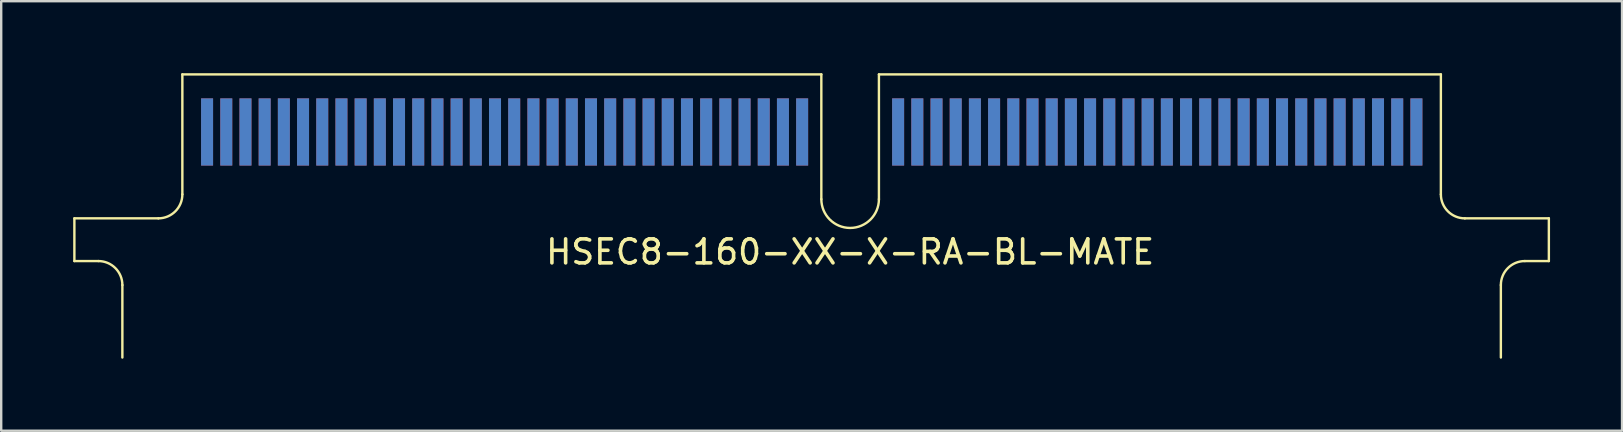
<source format=kicad_pcb>
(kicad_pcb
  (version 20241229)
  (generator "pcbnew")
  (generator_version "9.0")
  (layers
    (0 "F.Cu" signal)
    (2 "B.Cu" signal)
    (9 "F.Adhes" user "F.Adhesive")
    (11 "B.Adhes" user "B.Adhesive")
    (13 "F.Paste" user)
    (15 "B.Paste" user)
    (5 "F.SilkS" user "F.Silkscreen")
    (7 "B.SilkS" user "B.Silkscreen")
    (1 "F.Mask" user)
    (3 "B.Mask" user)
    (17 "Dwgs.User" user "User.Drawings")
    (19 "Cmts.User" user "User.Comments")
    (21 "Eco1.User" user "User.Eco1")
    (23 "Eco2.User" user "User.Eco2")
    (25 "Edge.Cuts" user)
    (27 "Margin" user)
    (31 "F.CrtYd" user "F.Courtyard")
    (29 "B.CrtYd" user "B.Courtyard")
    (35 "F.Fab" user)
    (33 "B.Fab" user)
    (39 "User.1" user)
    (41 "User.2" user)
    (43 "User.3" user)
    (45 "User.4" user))
  (footprint "HSEC8-160-XX-X-RA-BL-MATE"
    (layer "F.Cu")
    (at 32.38 3.85)
    (property "Reference" "HSEC8-160-XX-X-RA-BL-MATE" (at 0 3.6 0) (layer "F.SilkS") (effects (font (size 1 1) (thickness 0.15))))
    (attr through_hole)
    (fp_line (start -32.33 2.2) (end -32.33 3.98) (stroke (width 0.1) (type solid)) (layer "F.SilkS"))
    (fp_line (start -31.33 3.98) (end -32.33 3.98) (stroke (width 0.1) (type solid)) (layer "F.SilkS"))
    (fp_line (start -30.33 4.98) (end -30.33 8) (stroke (width 0.1) (type solid)) (layer "F.SilkS"))
    (fp_line (start -28.83 2.2) (end -32.33 2.2) (stroke (width 0.1) (type solid)) (layer "F.SilkS"))
    (fp_line (start -27.83 -3.8) (end -27.83 1.2) (stroke (width 0.1) (type solid)) (layer "F.SilkS"))
    (fp_line (start -1.2 -3.8) (end -27.83 -3.8) (stroke (width 0.1) (type solid)) (layer "F.SilkS"))
    (fp_line (start -1.2 1.4) (end -1.2 -3.8) (stroke (width 0.1) (type solid)) (layer "F.SilkS"))
    (fp_line (start 1.2 -3.8) (end 24.62 -3.8) (stroke (width 0.1) (type solid)) (layer "F.SilkS"))
    (fp_line (start 1.2 1.4) (end 1.2 -3.8) (stroke (width 0.1) (type solid)) (layer "F.SilkS"))
    (fp_line (start 24.62 -3.8) (end 24.62 1.2) (stroke (width 0.1) (type solid)) (layer "F.SilkS"))
    (fp_line (start 25.62 2.2) (end 29.12 2.2) (stroke (width 0.1) (type solid)) (layer "F.SilkS"))
    (fp_line (start 27.12 4.98) (end 27.12 8) (stroke (width 0.1) (type solid)) (layer "F.SilkS"))
    (fp_line (start 28.12 3.98) (end 29.12 3.98) (stroke (width 0.1) (type solid)) (layer "F.SilkS"))
    (fp_line (start 29.12 2.2) (end 29.12 3.98) (stroke (width 0.1) (type solid)) (layer "F.SilkS"))
    (fp_arc (start -31.33 3.98) (mid -30.622893 4.272893) (end -30.33 4.98) (stroke (width 0.1) (type solid)) (layer "F.SilkS"))
    (fp_arc (start -27.83 1.2) (mid -28.122893 1.907107) (end -28.83 2.2) (stroke (width 0.1) (type solid)) (layer "F.SilkS"))
    (fp_arc (start 1.2 1.4) (mid 0 2.6) (end -1.2 1.4) (stroke (width 0.1) (type solid)) (layer "F.SilkS"))
    (fp_arc (start 25.62 2.2) (mid 24.912893 1.907107) (end 24.62 1.2) (stroke (width 0.1) (type solid)) (layer "F.SilkS"))
    (fp_arc (start 27.12 4.98) (mid 27.412893 4.272893) (end 28.12 3.98) (stroke (width 0.1) (type solid)) (layer "F.SilkS"))
    (pad "1" smd rect (at -26.8 -1.4) (size 0.5 2.8) (layers "B.Cu" "B.Mask" "B.Paste"))
    (pad "2" smd rect (at -26.8 -1.4) (size 0.5 2.8) (layers "F.Cu" "F.Mask" "F.Paste"))
    (pad "3" smd rect (at -26 -1.4) (size 0.5 2.8) (layers "B.Cu" "B.Mask" "B.Paste"))
    (pad "4" smd rect (at -26 -1.4) (size 0.5 2.8) (layers "F.Cu" "F.Mask" "F.Paste"))
    (pad "5" smd rect (at -25.2 -1.4) (size 0.5 2.8) (layers "B.Cu" "B.Mask" "B.Paste"))
    (pad "6" smd rect (at -25.2 -1.4) (size 0.5 2.8) (layers "F.Cu" "F.Mask" "F.Paste"))
    (pad "7" smd rect (at -24.4 -1.4) (size 0.5 2.8) (layers "B.Cu" "B.Mask" "B.Paste"))
    (pad "8" smd rect (at -24.4 -1.4) (size 0.5 2.8) (layers "F.Cu" "F.Mask" "F.Paste"))
    (pad "9" smd rect (at -23.6 -1.4) (size 0.5 2.8) (layers "B.Cu" "B.Mask" "B.Paste"))
    (pad "10" smd rect (at -23.6 -1.4) (size 0.5 2.8) (layers "F.Cu" "F.Mask" "F.Paste"))
    (pad "11" smd rect (at -22.8 -1.4) (size 0.5 2.8) (layers "B.Cu" "B.Mask" "B.Paste"))
    (pad "12" smd rect (at -22.8 -1.4) (size 0.5 2.8) (layers "F.Cu" "F.Mask" "F.Paste"))
    (pad "13" smd rect (at -22 -1.4) (size 0.5 2.8) (layers "B.Cu" "B.Mask" "B.Paste"))
    (pad "14" smd rect (at -22 -1.4) (size 0.5 2.8) (layers "F.Cu" "F.Mask" "F.Paste"))
    (pad "15" smd rect (at -21.2 -1.4) (size 0.5 2.8) (layers "B.Cu" "B.Mask" "B.Paste"))
    (pad "16" smd rect (at -21.2 -1.4) (size 0.5 2.8) (layers "F.Cu" "F.Mask" "F.Paste"))
    (pad "17" smd rect (at -20.4 -1.4) (size 0.5 2.8) (layers "B.Cu" "B.Mask" "B.Paste"))
    (pad "18" smd rect (at -20.4 -1.4) (size 0.5 2.8) (layers "F.Cu" "F.Mask" "F.Paste"))
    (pad "19" smd rect (at -19.6 -1.4) (size 0.5 2.8) (layers "B.Cu" "B.Mask" "B.Paste"))
    (pad "20" smd rect (at -19.6 -1.4) (size 0.5 2.8) (layers "F.Cu" "F.Mask" "F.Paste"))
    (pad "21" smd rect (at -18.8 -1.4) (size 0.5 2.8) (layers "B.Cu" "B.Mask" "B.Paste"))
    (pad "22" smd rect (at -18.8 -1.4) (size 0.5 2.8) (layers "F.Cu" "F.Mask" "F.Paste"))
    (pad "23" smd rect (at -18 -1.4) (size 0.5 2.8) (layers "B.Cu" "B.Mask" "B.Paste"))
    (pad "24" smd rect (at -18 -1.4) (size 0.5 2.8) (layers "F.Cu" "F.Mask" "F.Paste"))
    (pad "25" smd rect (at -17.2 -1.4) (size 0.5 2.8) (layers "B.Cu" "B.Mask" "B.Paste"))
    (pad "26" smd rect (at -17.2 -1.4) (size 0.5 2.8) (layers "F.Cu" "F.Mask" "F.Paste"))
    (pad "27" smd rect (at -16.4 -1.4) (size 0.5 2.8) (layers "B.Cu" "B.Mask" "B.Paste"))
    (pad "28" smd rect (at -16.4 -1.4) (size 0.5 2.8) (layers "F.Cu" "F.Mask" "F.Paste"))
    (pad "29" smd rect (at -15.6 -1.4) (size 0.5 2.8) (layers "B.Cu" "B.Mask" "B.Paste"))
    (pad "30" smd rect (at -15.6 -1.4) (size 0.5 2.8) (layers "F.Cu" "F.Mask" "F.Paste"))
    (pad "31" smd rect (at -14.8 -1.4) (size 0.5 2.8) (layers "B.Cu" "B.Mask" "B.Paste"))
    (pad "32" smd rect (at -14.8 -1.4) (size 0.5 2.8) (layers "F.Cu" "F.Mask" "F.Paste"))
    (pad "33" smd rect (at -14 -1.4) (size 0.5 2.8) (layers "B.Cu" "B.Mask" "B.Paste"))
    (pad "34" smd rect (at -14 -1.4) (size 0.5 2.8) (layers "F.Cu" "F.Mask" "F.Paste"))
    (pad "35" smd rect (at -13.2 -1.4) (size 0.5 2.8) (layers "B.Cu" "B.Mask" "B.Paste"))
    (pad "36" smd rect (at -13.2 -1.4) (size 0.5 2.8) (layers "F.Cu" "F.Mask" "F.Paste"))
    (pad "37" smd rect (at -12.4 -1.4) (size 0.5 2.8) (layers "B.Cu" "B.Mask" "B.Paste"))
    (pad "38" smd rect (at -12.4 -1.4) (size 0.5 2.8) (layers "F.Cu" "F.Mask" "F.Paste"))
    (pad "39" smd rect (at -11.6 -1.4) (size 0.5 2.8) (layers "B.Cu" "B.Mask" "B.Paste"))
    (pad "40" smd rect (at -11.6 -1.4) (size 0.5 2.8) (layers "F.Cu" "F.Mask" "F.Paste"))
    (pad "41" smd rect (at -10.8 -1.4) (size 0.5 2.8) (layers "B.Cu" "B.Mask" "B.Paste"))
    (pad "42" smd rect (at -10.8 -1.4) (size 0.5 2.8) (layers "F.Cu" "F.Mask" "F.Paste"))
    (pad "43" smd rect (at -10 -1.4) (size 0.5 2.8) (layers "B.Cu" "B.Mask" "B.Paste"))
    (pad "44" smd rect (at -10 -1.4) (size 0.5 2.8) (layers "F.Cu" "F.Mask" "F.Paste"))
    (pad "45" smd rect (at -9.2 -1.4) (size 0.5 2.8) (layers "B.Cu" "B.Mask" "B.Paste"))
    (pad "46" smd rect (at -9.2 -1.4) (size 0.5 2.8) (layers "F.Cu" "F.Mask" "F.Paste"))
    (pad "47" smd rect (at -8.4 -1.4) (size 0.5 2.8) (layers "B.Cu" "B.Mask" "B.Paste"))
    (pad "48" smd rect (at -8.4 -1.4) (size 0.5 2.8) (layers "F.Cu" "F.Mask" "F.Paste"))
    (pad "49" smd rect (at -7.6 -1.4) (size 0.5 2.8) (layers "B.Cu" "B.Mask" "B.Paste"))
    (pad "50" smd rect (at -7.6 -1.4) (size 0.5 2.8) (layers "F.Cu" "F.Mask" "F.Paste"))
    (pad "51" smd rect (at -6.8 -1.4) (size 0.5 2.8) (layers "B.Cu" "B.Mask" "B.Paste"))
    (pad "52" smd rect (at -6.8 -1.4) (size 0.5 2.8) (layers "F.Cu" "F.Mask" "F.Paste"))
    (pad "53" smd rect (at -6 -1.4) (size 0.5 2.8) (layers "B.Cu" "B.Mask" "B.Paste"))
    (pad "54" smd rect (at -6 -1.4) (size 0.5 2.8) (layers "F.Cu" "F.Mask" "F.Paste"))
    (pad "55" smd rect (at -5.2 -1.4) (size 0.5 2.8) (layers "B.Cu" "B.Mask" "B.Paste"))
    (pad "56" smd rect (at -5.2 -1.4) (size 0.5 2.8) (layers "F.Cu" "F.Mask" "F.Paste"))
    (pad "57" smd rect (at -4.4 -1.4) (size 0.5 2.8) (layers "B.Cu" "B.Mask" "B.Paste"))
    (pad "58" smd rect (at -4.4 -1.4) (size 0.5 2.8) (layers "F.Cu" "F.Mask" "F.Paste"))
    (pad "59" smd rect (at -3.6 -1.4) (size 0.5 2.8) (layers "B.Cu" "B.Mask" "B.Paste"))
    (pad "60" smd rect (at -3.6 -1.4) (size 0.5 2.8) (layers "F.Cu" "F.Mask" "F.Paste"))
    (pad "61" smd rect (at -2.8 -1.4) (size 0.5 2.8) (layers "B.Cu" "B.Mask" "B.Paste"))
    (pad "62" smd rect (at -2.8 -1.4) (size 0.5 2.8) (layers "F.Cu" "F.Mask" "F.Paste"))
    (pad "63" smd rect (at -2 -1.4) (size 0.5 2.8) (layers "B.Cu" "B.Mask" "B.Paste"))
    (pad "64" smd rect (at -2 -1.4) (size 0.5 2.8) (layers "F.Cu" "F.Mask" "F.Paste"))
    (pad "65" smd rect (at 2 -1.4) (size 0.5 2.8) (layers "B.Cu" "B.Mask" "B.Paste"))
    (pad "66" smd rect (at 2 -1.4) (size 0.5 2.8) (layers "F.Cu" "F.Mask" "F.Paste"))
    (pad "67" smd rect (at 2.8 -1.4) (size 0.5 2.8) (layers "B.Cu" "B.Mask" "B.Paste"))
    (pad "68" smd rect (at 2.8 -1.4) (size 0.5 2.8) (layers "F.Cu" "F.Mask" "F.Paste"))
    (pad "69" smd rect (at 3.6 -1.4) (size 0.5 2.8) (layers "B.Cu" "B.Mask" "B.Paste"))
    (pad "70" smd rect (at 3.6 -1.4) (size 0.5 2.8) (layers "F.Cu" "F.Mask" "F.Paste"))
    (pad "71" smd rect (at 4.4 -1.4) (size 0.5 2.8) (layers "B.Cu" "B.Mask" "B.Paste"))
    (pad "72" smd rect (at 4.4 -1.4) (size 0.5 2.8) (layers "F.Cu" "F.Mask" "F.Paste"))
    (pad "73" smd rect (at 5.2 -1.4) (size 0.5 2.8) (layers "B.Cu" "B.Mask" "B.Paste"))
    (pad "74" smd rect (at 5.2 -1.4) (size 0.5 2.8) (layers "F.Cu" "F.Mask" "F.Paste"))
    (pad "75" smd rect (at 6 -1.4) (size 0.5 2.8) (layers "B.Cu" "B.Mask" "B.Paste"))
    (pad "76" smd rect (at 6 -1.4) (size 0.5 2.8) (layers "F.Cu" "F.Mask" "F.Paste"))
    (pad "77" smd rect (at 6.8 -1.4) (size 0.5 2.8) (layers "B.Cu" "B.Mask" "B.Paste"))
    (pad "78" smd rect (at 6.8 -1.4) (size 0.5 2.8) (layers "F.Cu" "F.Mask" "F.Paste"))
    (pad "79" smd rect (at 7.6 -1.4) (size 0.5 2.8) (layers "B.Cu" "B.Mask" "B.Paste"))
    (pad "80" smd rect (at 7.6 -1.4) (size 0.5 2.8) (layers "F.Cu" "F.Mask" "F.Paste"))
    (pad "81" smd rect (at 8.4 -1.4) (size 0.5 2.8) (layers "B.Cu" "B.Mask" "B.Paste"))
    (pad "82" smd rect (at 8.4 -1.4) (size 0.5 2.8) (layers "F.Cu" "F.Mask" "F.Paste"))
    (pad "83" smd rect (at 9.2 -1.4) (size 0.5 2.8) (layers "B.Cu" "B.Mask" "B.Paste"))
    (pad "84" smd rect (at 9.2 -1.4) (size 0.5 2.8) (layers "F.Cu" "F.Mask" "F.Paste"))
    (pad "85" smd rect (at 10 -1.4) (size 0.5 2.8) (layers "B.Cu" "B.Mask" "B.Paste"))
    (pad "86" smd rect (at 10 -1.4) (size 0.5 2.8) (layers "F.Cu" "F.Mask" "F.Paste"))
    (pad "87" smd rect (at 10.8 -1.4) (size 0.5 2.8) (layers "B.Cu" "B.Mask" "B.Paste"))
    (pad "88" smd rect (at 10.8 -1.4) (size 0.5 2.8) (layers "F.Cu" "F.Mask" "F.Paste"))
    (pad "89" smd rect (at 11.6 -1.4) (size 0.5 2.8) (layers "B.Cu" "B.Mask" "B.Paste"))
    (pad "90" smd rect (at 11.6 -1.4) (size 0.5 2.8) (layers "F.Cu" "F.Mask" "F.Paste"))
    (pad "91" smd rect (at 12.4 -1.4) (size 0.5 2.8) (layers "B.Cu" "B.Mask" "B.Paste"))
    (pad "92" smd rect (at 12.4 -1.4) (size 0.5 2.8) (layers "F.Cu" "F.Mask" "F.Paste"))
    (pad "93" smd rect (at 13.2 -1.4) (size 0.5 2.8) (layers "B.Cu" "B.Mask" "B.Paste"))
    (pad "94" smd rect (at 13.2 -1.4) (size 0.5 2.8) (layers "F.Cu" "F.Mask" "F.Paste"))
    (pad "95" smd rect (at 14 -1.4) (size 0.5 2.8) (layers "B.Cu" "B.Mask" "B.Paste"))
    (pad "96" smd rect (at 14 -1.4) (size 0.5 2.8) (layers "F.Cu" "F.Mask" "F.Paste"))
    (pad "97" smd rect (at 14.8 -1.4) (size 0.5 2.8) (layers "B.Cu" "B.Mask" "B.Paste"))
    (pad "98" smd rect (at 14.8 -1.4) (size 0.5 2.8) (layers "F.Cu" "F.Mask" "F.Paste"))
    (pad "99" smd rect (at 15.6 -1.4) (size 0.5 2.8) (layers "B.Cu" "B.Mask" "B.Paste"))
    (pad "100" smd rect (at 15.6 -1.4) (size 0.5 2.8) (layers "F.Cu" "F.Mask" "F.Paste"))
    (pad "101" smd rect (at 16.4 -1.4) (size 0.5 2.8) (layers "B.Cu" "B.Mask" "B.Paste"))
    (pad "102" smd rect (at 16.4 -1.4) (size 0.5 2.8) (layers "F.Cu" "F.Mask" "F.Paste"))
    (pad "103" smd rect (at 17.2 -1.4) (size 0.5 2.8) (layers "B.Cu" "B.Mask" "B.Paste"))
    (pad "104" smd rect (at 17.2 -1.4) (size 0.5 2.8) (layers "F.Cu" "F.Mask" "F.Paste"))
    (pad "105" smd rect (at 18 -1.4) (size 0.5 2.8) (layers "B.Cu" "B.Mask" "B.Paste"))
    (pad "106" smd rect (at 18 -1.4) (size 0.5 2.8) (layers "F.Cu" "F.Mask" "F.Paste"))
    (pad "107" smd rect (at 18.8 -1.4) (size 0.5 2.8) (layers "B.Cu" "B.Mask" "B.Paste"))
    (pad "108" smd rect (at 18.8 -1.4) (size 0.5 2.8) (layers "F.Cu" "F.Mask" "F.Paste"))
    (pad "109" smd rect (at 19.6 -1.4) (size 0.5 2.8) (layers "B.Cu" "B.Mask" "B.Paste"))
    (pad "110" smd rect (at 19.6 -1.4) (size 0.5 2.8) (layers "F.Cu" "F.Mask" "F.Paste"))
    (pad "111" smd rect (at 20.4 -1.4) (size 0.5 2.8) (layers "B.Cu" "B.Mask" "B.Paste"))
    (pad "112" smd rect (at 20.4 -1.4) (size 0.5 2.8) (layers "F.Cu" "F.Mask" "F.Paste"))
    (pad "113" smd rect (at 21.2 -1.4) (size 0.5 2.8) (layers "B.Cu" "B.Mask" "B.Paste"))
    (pad "114" smd rect (at 21.2 -1.4) (size 0.5 2.8) (layers "F.Cu" "F.Mask" "F.Paste"))
    (pad "115" smd rect (at 22 -1.4) (size 0.5 2.8) (layers "B.Cu" "B.Mask" "B.Paste"))
    (pad "116" smd rect (at 22 -1.4) (size 0.5 2.8) (layers "F.Cu" "F.Mask" "F.Paste"))
    (pad "117" smd rect (at 22.8 -1.4) (size 0.5 2.8) (layers "B.Cu" "B.Mask" "B.Paste"))
    (pad "118" smd rect (at 22.8 -1.4) (size 0.5 2.8) (layers "F.Cu" "F.Mask" "F.Paste"))
    (pad "119" smd rect (at 23.6 -1.4) (size 0.5 2.8) (layers "B.Cu" "B.Mask" "B.Paste"))
    (pad "120" smd rect (at 23.6 -1.4) (size 0.5 2.8) (layers "F.Cu" "F.Mask" "F.Paste")))
  (gr_rect
    (start -3 -3)
    (end 64.55 14.9)
    (stroke (width 0.1) (type default))
    (fill no)
    (layer "Edge.Cuts")))
</source>
